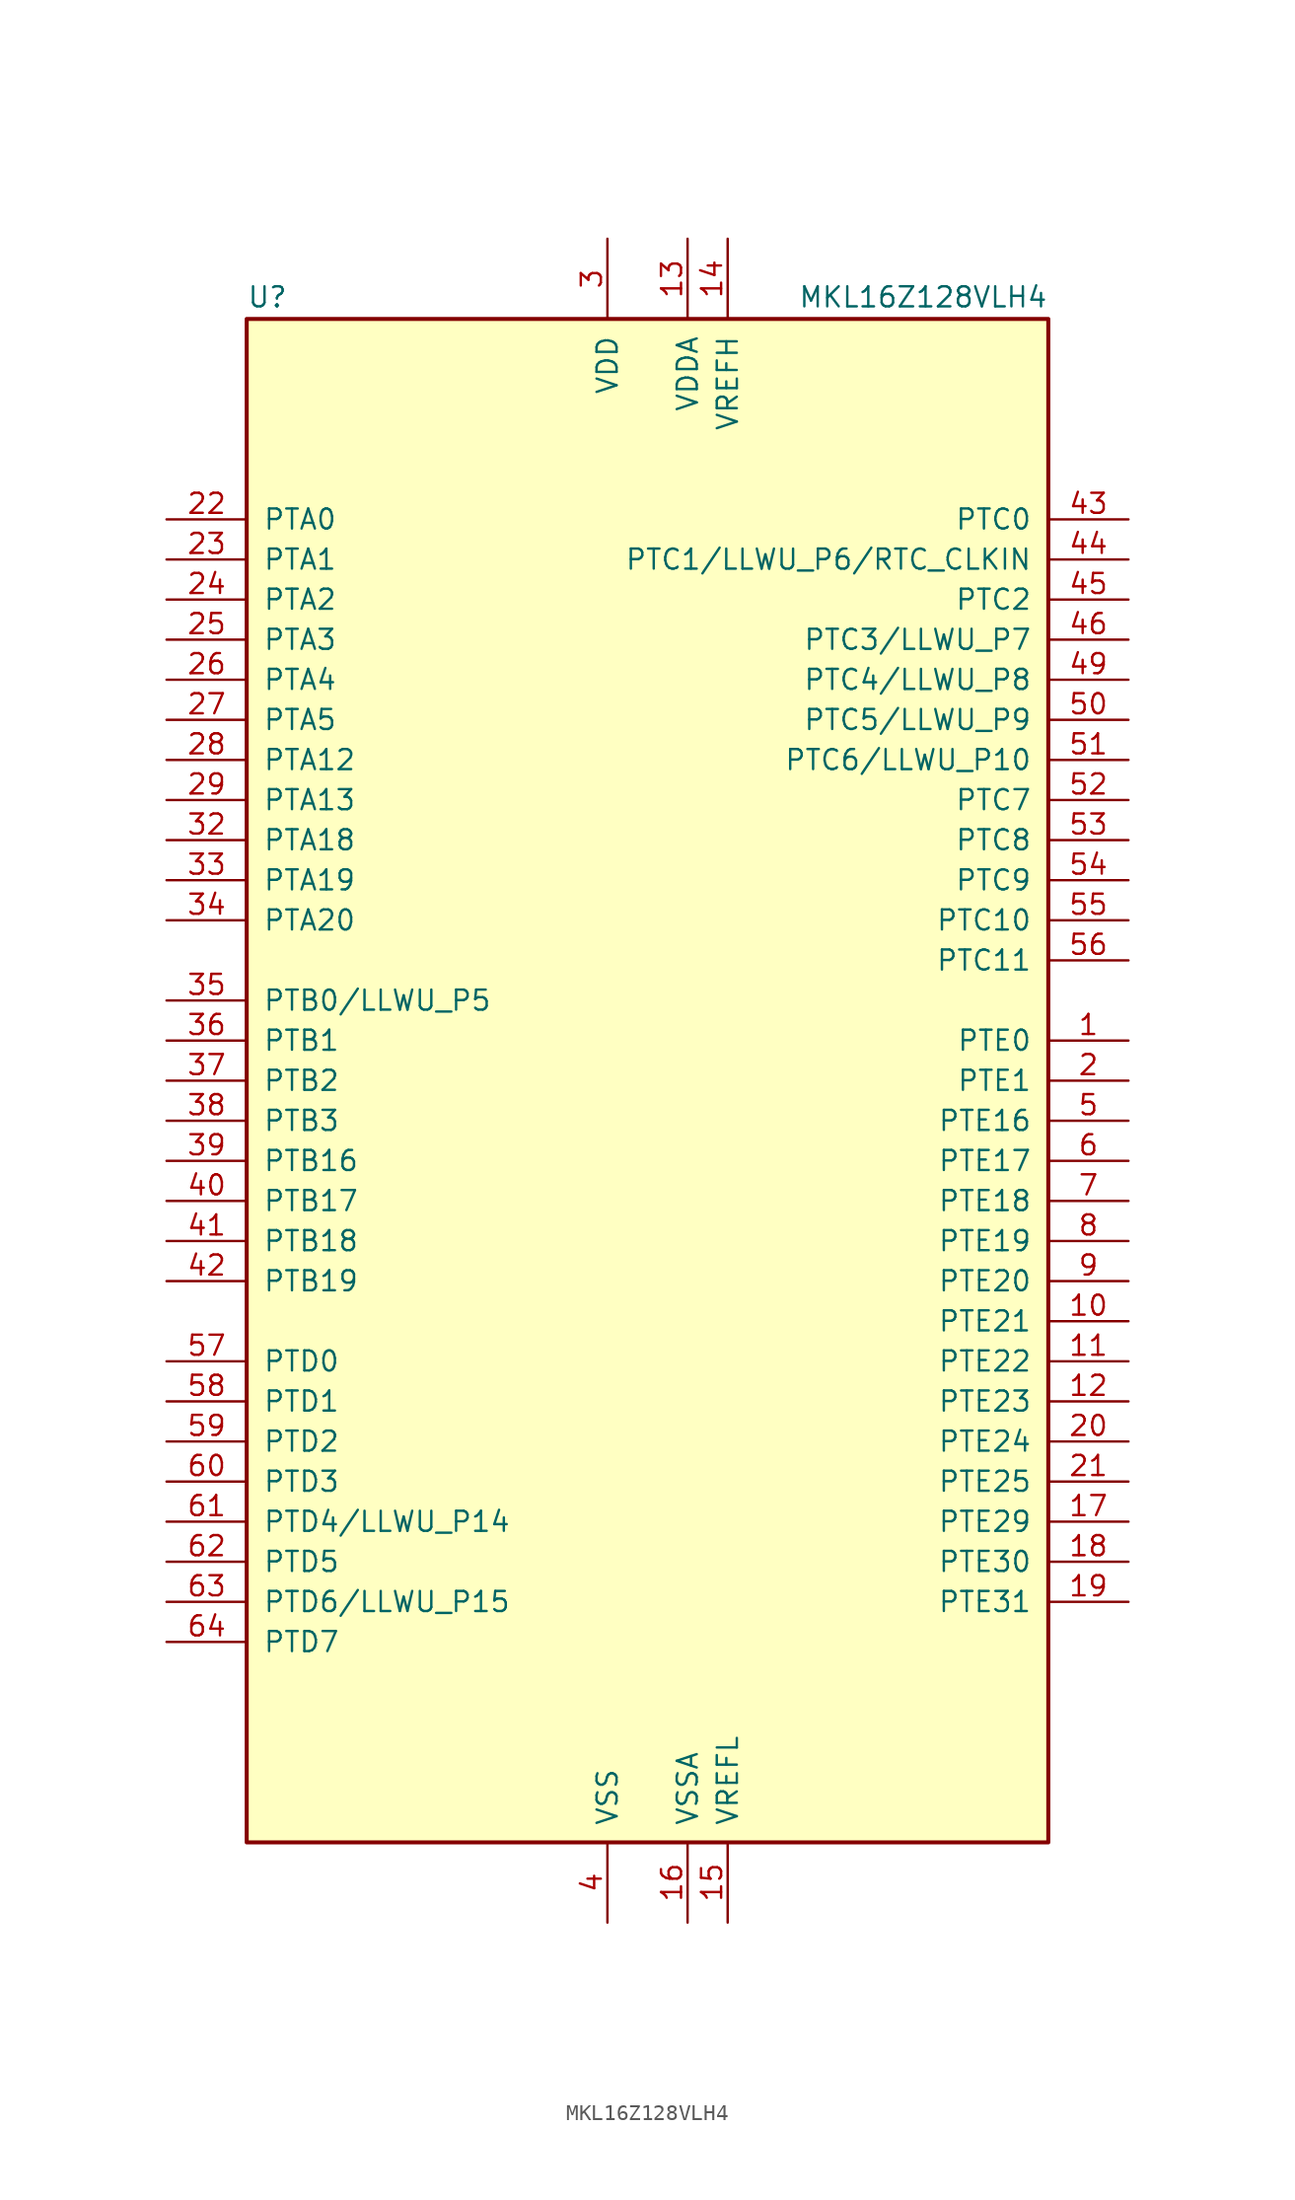
<source format=kicad_sym>
(kicad_symbol_lib
  (version 20241209)
  (generator "kicad_symbol_editor")
  (generator_version "9.0")
  (symbol "MKL16Z128VLH4"
    (pin_names
      (offset 1.016))
    (property "Reference" "U"
      (at -25.4 48.895 0)
      (effects (font (size 1.27 1.27)) (justify left bottom)))
    (property "Value" "MKL16Z128VLH4"
      (at 25.4 48.895 0)
      (effects (font (size 1.27 1.27)) (justify right bottom)))
    (symbol "MKL16Z128VLH4_0_1"
      (rectangle (start -25.4 48.26) (end 25.4 -48.26) (stroke (width 0.254) (type default)) (fill (type background))))
    (symbol "MKL16Z128VLH4_1_1"
      (pin bidirectional line (at -30.48 35.56 0) (length 5.08) (name "PTA0" (effects (font (size 1.27 1.27)))) (number "22" (effects (font (size 1.27 1.27)))))
      (pin bidirectional line (at -30.48 33.02 0) (length 5.08) (name "PTA1" (effects (font (size 1.27 1.27)))) (number "23" (effects (font (size 1.27 1.27)))))
      (pin bidirectional line (at -30.48 30.48 0) (length 5.08) (name "PTA2" (effects (font (size 1.27 1.27)))) (number "24" (effects (font (size 1.27 1.27)))))
      (pin bidirectional line (at -30.48 27.94 0) (length 5.08) (name "PTA3" (effects (font (size 1.27 1.27)))) (number "25" (effects (font (size 1.27 1.27)))))
      (pin bidirectional line (at -30.48 25.4 0) (length 5.08) (name "PTA4" (effects (font (size 1.27 1.27)))) (number "26" (effects (font (size 1.27 1.27)))))
      (pin bidirectional line (at -30.48 22.86 0) (length 5.08) (name "PTA5" (effects (font (size 1.27 1.27)))) (number "27" (effects (font (size 1.27 1.27)))))
      (pin bidirectional line (at -30.48 20.32 0) (length 5.08) (name "PTA12" (effects (font (size 1.27 1.27)))) (number "28" (effects (font (size 1.27 1.27)))))
      (pin bidirectional line (at -30.48 17.78 0) (length 5.08) (name "PTA13" (effects (font (size 1.27 1.27)))) (number "29" (effects (font (size 1.27 1.27)))))
      (pin bidirectional line (at -30.48 15.24 0) (length 5.08) (name "PTA18" (effects (font (size 1.27 1.27)))) (number "32" (effects (font (size 1.27 1.27)))))
      (pin bidirectional line (at -30.48 12.7 0) (length 5.08) (name "PTA19" (effects (font (size 1.27 1.27)))) (number "33" (effects (font (size 1.27 1.27)))))
      (pin bidirectional line (at -30.48 10.16 0) (length 5.08) (name "PTA20" (effects (font (size 1.27 1.27)))) (number "34" (effects (font (size 1.27 1.27)))))
      (pin bidirectional line (at -30.48 5.08 0) (length 5.08) (name "PTB0/LLWU_P5" (effects (font (size 1.27 1.27)))) (number "35" (effects (font (size 1.27 1.27)))))
      (pin bidirectional line (at -30.48 2.54 0) (length 5.08) (name "PTB1" (effects (font (size 1.27 1.27)))) (number "36" (effects (font (size 1.27 1.27)))))
      (pin bidirectional line (at -30.48 0 0) (length 5.08) (name "PTB2" (effects (font (size 1.27 1.27)))) (number "37" (effects (font (size 1.27 1.27)))))
      (pin bidirectional line (at -30.48 -2.54 0) (length 5.08) (name "PTB3" (effects (font (size 1.27 1.27)))) (number "38" (effects (font (size 1.27 1.27)))))
      (pin bidirectional line (at -30.48 -5.08 0) (length 5.08) (name "PTB16" (effects (font (size 1.27 1.27)))) (number "39" (effects (font (size 1.27 1.27)))))
      (pin bidirectional line (at -30.48 -7.62 0) (length 5.08) (name "PTB17" (effects (font (size 1.27 1.27)))) (number "40" (effects (font (size 1.27 1.27)))))
      (pin bidirectional line (at -30.48 -10.16 0) (length 5.08) (name "PTB18" (effects (font (size 1.27 1.27)))) (number "41" (effects (font (size 1.27 1.27)))))
      (pin bidirectional line (at -30.48 -12.7 0) (length 5.08) (name "PTB19" (effects (font (size 1.27 1.27)))) (number "42" (effects (font (size 1.27 1.27)))))
      (pin bidirectional line (at -30.48 -17.78 0) (length 5.08) (name "PTD0" (effects (font (size 1.27 1.27)))) (number "57" (effects (font (size 1.27 1.27)))))
      (pin bidirectional line (at -30.48 -20.32 0) (length 5.08) (name "PTD1" (effects (font (size 1.27 1.27)))) (number "58" (effects (font (size 1.27 1.27)))))
      (pin bidirectional line (at -30.48 -22.86 0) (length 5.08) (name "PTD2" (effects (font (size 1.27 1.27)))) (number "59" (effects (font (size 1.27 1.27)))))
      (pin bidirectional line (at -30.48 -25.4 0) (length 5.08) (name "PTD3" (effects (font (size 1.27 1.27)))) (number "60" (effects (font (size 1.27 1.27)))))
      (pin bidirectional line (at -30.48 -27.94 0) (length 5.08) (name "PTD4/LLWU_P14" (effects (font (size 1.27 1.27)))) (number "61" (effects (font (size 1.27 1.27)))))
      (pin bidirectional line (at -30.48 -30.48 0) (length 5.08) (name "PTD5" (effects (font (size 1.27 1.27)))) (number "62" (effects (font (size 1.27 1.27)))))
      (pin bidirectional line (at -30.48 -33.02 0) (length 5.08) (name "PTD6/LLWU_P15" (effects (font (size 1.27 1.27)))) (number "63" (effects (font (size 1.27 1.27)))))
      (pin bidirectional line (at -30.48 -35.56 0) (length 5.08) (name "PTD7" (effects (font (size 1.27 1.27)))) (number "64" (effects (font (size 1.27 1.27)))))
      (pin power_in line (at -2.54 53.34 270) (length 5.08) (name "VDD" (effects (font (size 1.27 1.27)))) (number "3" (effects (font (size 1.27 1.27)))))
      (pin passive line (at -2.54 53.34 270) (length 5.08) (hide yes) (name "VDD" (effects (font (size 1.27 1.27)))) (number "30" (effects (font (size 1.27 1.27)))))
      (pin passive line (at -2.54 53.34 270) (length 5.08) (hide yes) (name "VDD" (effects (font (size 1.27 1.27)))) (number "48" (effects (font (size 1.27 1.27)))))
      (pin passive line (at -2.54 -53.34 90) (length 5.08) (hide yes) (name "VSS" (effects (font (size 1.27 1.27)))) (number "31" (effects (font (size 1.27 1.27)))))
      (pin power_in line (at -2.54 -53.34 90) (length 5.08) (name "VSS" (effects (font (size 1.27 1.27)))) (number "4" (effects (font (size 1.27 1.27)))))
      (pin passive line (at -2.54 -53.34 90) (length 5.08) (hide yes) (name "VSS" (effects (font (size 1.27 1.27)))) (number "47" (effects (font (size 1.27 1.27)))))
      (pin power_in line (at 2.54 53.34 270) (length 5.08) (name "VDDA" (effects (font (size 1.27 1.27)))) (number "13" (effects (font (size 1.27 1.27)))))
      (pin power_in line (at 2.54 -53.34 90) (length 5.08) (name "VSSA" (effects (font (size 1.27 1.27)))) (number "16" (effects (font (size 1.27 1.27)))))
      (pin power_in line (at 5.08 53.34 270) (length 5.08) (name "VREFH" (effects (font (size 1.27 1.27)))) (number "14" (effects (font (size 1.27 1.27)))))
      (pin power_in line (at 5.08 -53.34 90) (length 5.08) (name "VREFL" (effects (font (size 1.27 1.27)))) (number "15" (effects (font (size 1.27 1.27)))))
      (pin bidirectional line (at 30.48 35.56 180) (length 5.08) (name "PTC0" (effects (font (size 1.27 1.27)))) (number "43" (effects (font (size 1.27 1.27)))))
      (pin bidirectional line (at 30.48 33.02 180) (length 5.08) (name "PTC1/LLWU_P6/RTC_CLKIN" (effects (font (size 1.27 1.27)))) (number "44" (effects (font (size 1.27 1.27)))))
      (pin bidirectional line (at 30.48 30.48 180) (length 5.08) (name "PTC2" (effects (font (size 1.27 1.27)))) (number "45" (effects (font (size 1.27 1.27)))))
      (pin bidirectional line (at 30.48 27.94 180) (length 5.08) (name "PTC3/LLWU_P7" (effects (font (size 1.27 1.27)))) (number "46" (effects (font (size 1.27 1.27)))))
      (pin bidirectional line (at 30.48 25.4 180) (length 5.08) (name "PTC4/LLWU_P8" (effects (font (size 1.27 1.27)))) (number "49" (effects (font (size 1.27 1.27)))))
      (pin bidirectional line (at 30.48 22.86 180) (length 5.08) (name "PTC5/LLWU_P9" (effects (font (size 1.27 1.27)))) (number "50" (effects (font (size 1.27 1.27)))))
      (pin bidirectional line (at 30.48 20.32 180) (length 5.08) (name "PTC6/LLWU_P10" (effects (font (size 1.27 1.27)))) (number "51" (effects (font (size 1.27 1.27)))))
      (pin bidirectional line (at 30.48 17.78 180) (length 5.08) (name "PTC7" (effects (font (size 1.27 1.27)))) (number "52" (effects (font (size 1.27 1.27)))))
      (pin bidirectional line (at 30.48 15.24 180) (length 5.08) (name "PTC8" (effects (font (size 1.27 1.27)))) (number "53" (effects (font (size 1.27 1.27)))))
      (pin bidirectional line (at 30.48 12.7 180) (length 5.08) (name "PTC9" (effects (font (size 1.27 1.27)))) (number "54" (effects (font (size 1.27 1.27)))))
      (pin bidirectional line (at 30.48 10.16 180) (length 5.08) (name "PTC10" (effects (font (size 1.27 1.27)))) (number "55" (effects (font (size 1.27 1.27)))))
      (pin bidirectional line (at 30.48 7.62 180) (length 5.08) (name "PTC11" (effects (font (size 1.27 1.27)))) (number "56" (effects (font (size 1.27 1.27)))))
      (pin bidirectional line (at 30.48 2.54 180) (length 5.08) (name "PTE0" (effects (font (size 1.27 1.27)))) (number "1" (effects (font (size 1.27 1.27)))))
      (pin bidirectional line (at 30.48 0 180) (length 5.08) (name "PTE1" (effects (font (size 1.27 1.27)))) (number "2" (effects (font (size 1.27 1.27)))))
      (pin bidirectional line (at 30.48 -2.54 180) (length 5.08) (name "PTE16" (effects (font (size 1.27 1.27)))) (number "5" (effects (font (size 1.27 1.27)))))
      (pin bidirectional line (at 30.48 -5.08 180) (length 5.08) (name "PTE17" (effects (font (size 1.27 1.27)))) (number "6" (effects (font (size 1.27 1.27)))))
      (pin bidirectional line (at 30.48 -7.62 180) (length 5.08) (name "PTE18" (effects (font (size 1.27 1.27)))) (number "7" (effects (font (size 1.27 1.27)))))
      (pin bidirectional line (at 30.48 -10.16 180) (length 5.08) (name "PTE19" (effects (font (size 1.27 1.27)))) (number "8" (effects (font (size 1.27 1.27)))))
      (pin bidirectional line (at 30.48 -12.7 180) (length 5.08) (name "PTE20" (effects (font (size 1.27 1.27)))) (number "9" (effects (font (size 1.27 1.27)))))
      (pin bidirectional line (at 30.48 -15.24 180) (length 5.08) (name "PTE21" (effects (font (size 1.27 1.27)))) (number "10" (effects (font (size 1.27 1.27)))))
      (pin bidirectional line (at 30.48 -17.78 180) (length 5.08) (name "PTE22" (effects (font (size 1.27 1.27)))) (number "11" (effects (font (size 1.27 1.27)))))
      (pin bidirectional line (at 30.48 -20.32 180) (length 5.08) (name "PTE23" (effects (font (size 1.27 1.27)))) (number "12" (effects (font (size 1.27 1.27)))))
      (pin bidirectional line (at 30.48 -22.86 180) (length 5.08) (name "PTE24" (effects (font (size 1.27 1.27)))) (number "20" (effects (font (size 1.27 1.27)))))
      (pin bidirectional line (at 30.48 -25.4 180) (length 5.08) (name "PTE25" (effects (font (size 1.27 1.27)))) (number "21" (effects (font (size 1.27 1.27)))))
      (pin bidirectional line (at 30.48 -27.94 180) (length 5.08) (name "PTE29" (effects (font (size 1.27 1.27)))) (number "17" (effects (font (size 1.27 1.27)))))
      (pin bidirectional line (at 30.48 -30.48 180) (length 5.08) (name "PTE30" (effects (font (size 1.27 1.27)))) (number "18" (effects (font (size 1.27 1.27)))))
      (pin bidirectional line (at 30.48 -33.02 180) (length 5.08) (name "PTE31" (effects (font (size 1.27 1.27)))) (number "19" (effects (font (size 1.27 1.27))))))))
</source>
